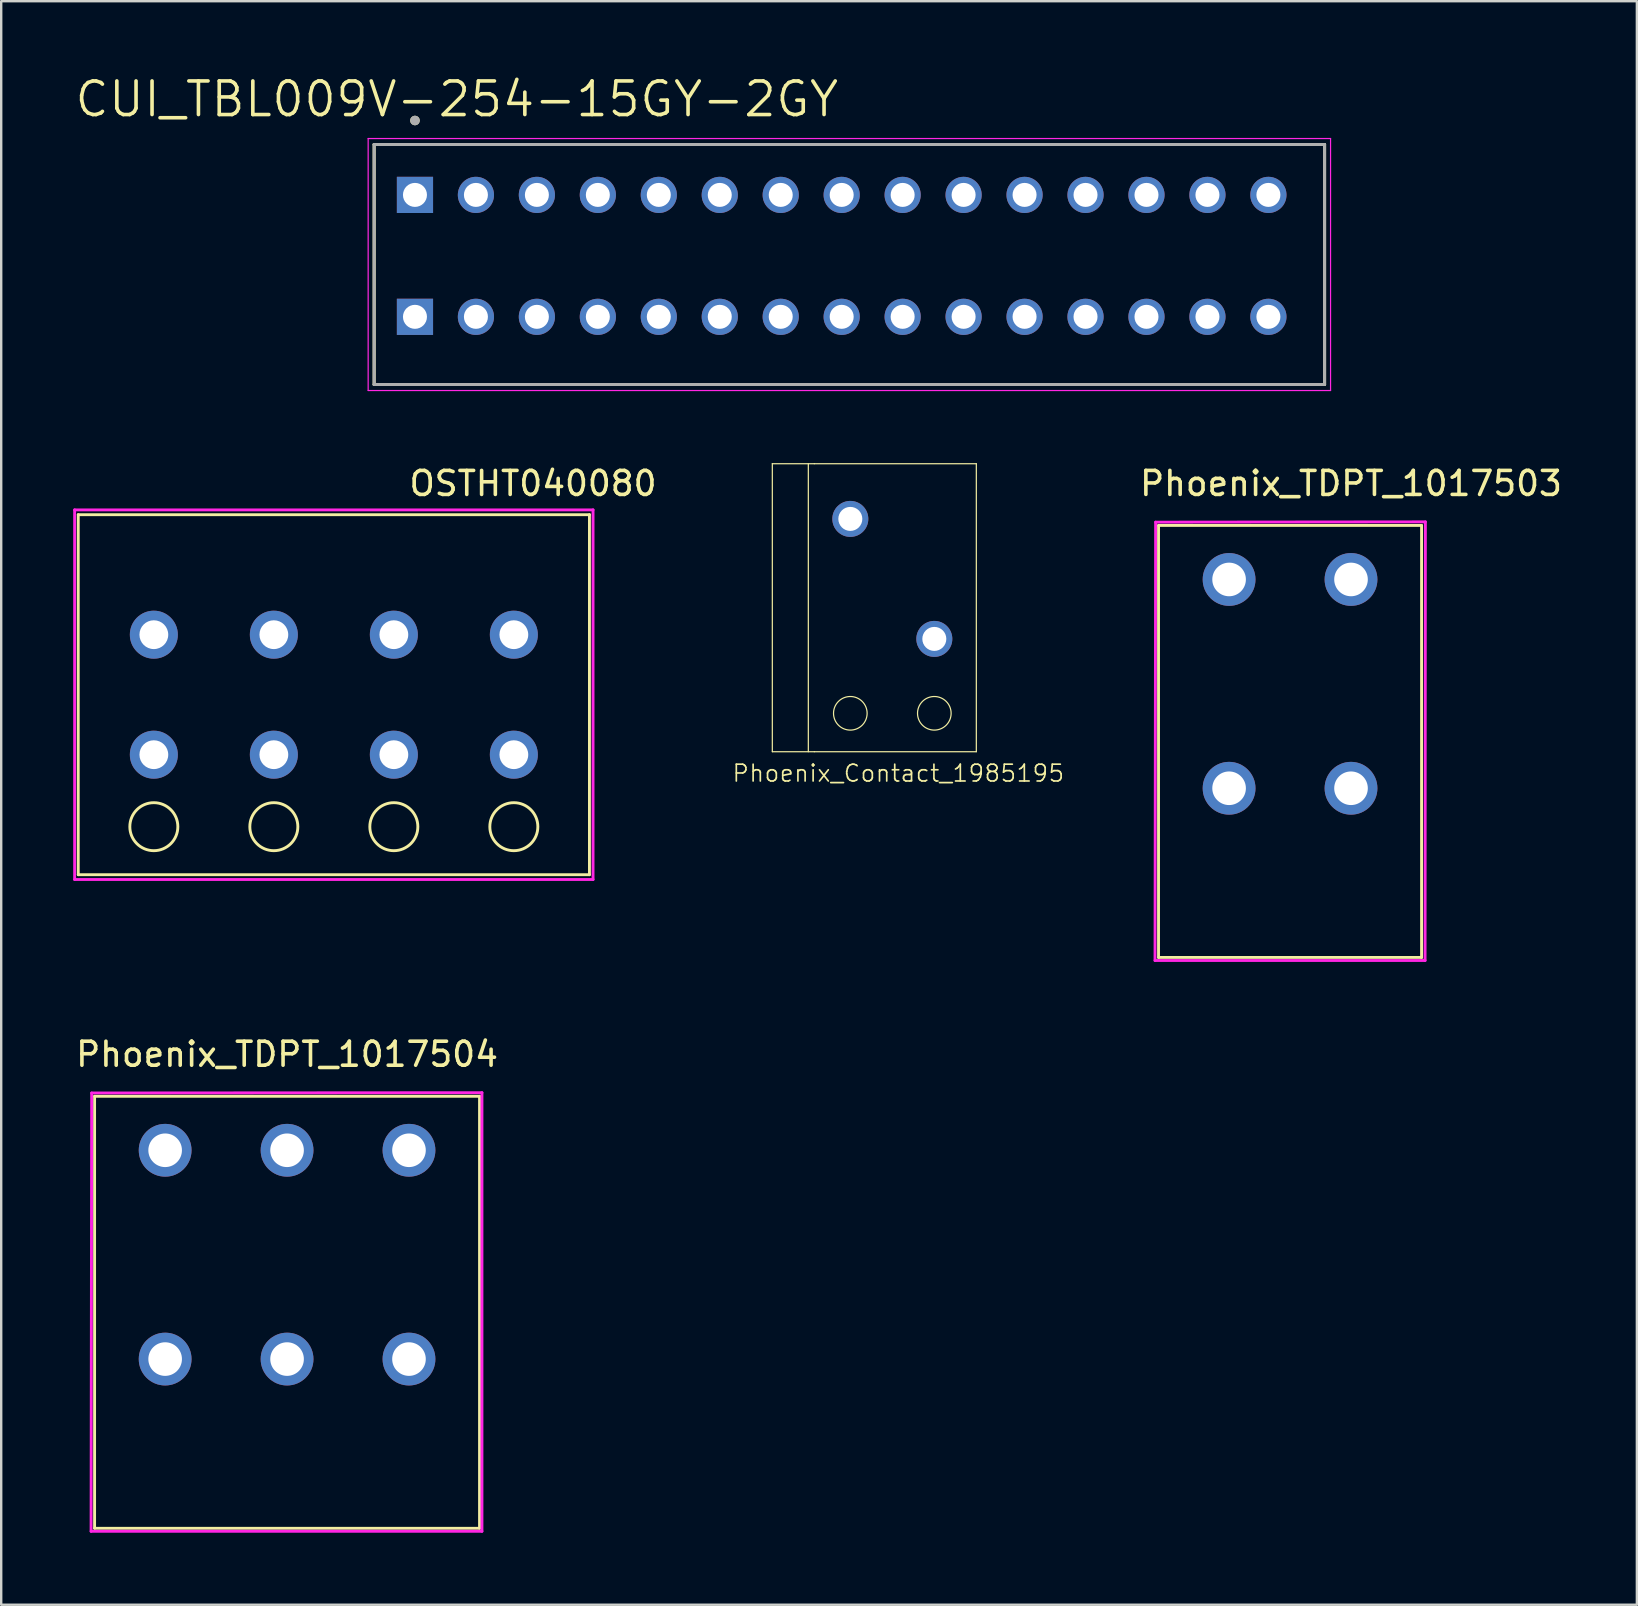
<source format=kicad_pcb>
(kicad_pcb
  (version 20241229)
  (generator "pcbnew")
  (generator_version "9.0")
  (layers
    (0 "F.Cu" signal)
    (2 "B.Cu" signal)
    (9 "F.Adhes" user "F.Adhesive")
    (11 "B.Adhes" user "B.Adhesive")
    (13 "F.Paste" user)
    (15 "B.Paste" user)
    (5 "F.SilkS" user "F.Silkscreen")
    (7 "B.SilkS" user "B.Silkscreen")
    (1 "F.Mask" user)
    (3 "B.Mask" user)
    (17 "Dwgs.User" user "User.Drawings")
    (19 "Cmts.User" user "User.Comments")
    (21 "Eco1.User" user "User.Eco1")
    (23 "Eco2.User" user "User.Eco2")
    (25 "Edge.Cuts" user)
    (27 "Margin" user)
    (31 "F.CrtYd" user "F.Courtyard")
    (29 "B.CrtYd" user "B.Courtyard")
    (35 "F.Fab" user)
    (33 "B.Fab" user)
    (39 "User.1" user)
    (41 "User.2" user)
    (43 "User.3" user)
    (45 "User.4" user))
  (footprint "Phoenix_TDPT_1017504"
    (layer "F.Cu")
    (at 3.831 53.578)
    (property "Reference" "Phoenix_TDPT_1017504" (at 5.08 -12.7 0) (layer "F.SilkS") (effects (font (size 1 1) (thickness 0.15))))
    (attr through_hole)
    (fp_line (start -2.94 -10.95) (end -2.94 7.05) (stroke (width 0.12) (type solid)) (layer "F.SilkS"))
    (fp_line (start -2.94 7.05) (end 13.1 7.05) (stroke (width 0.12) (type solid)) (layer "F.SilkS"))
    (fp_line (start 13.1 -10.95) (end -2.94 -10.95) (stroke (width 0.12) (type solid)) (layer "F.SilkS"))
    (fp_line (start 13.1 7.05) (end 13.1 -10.95) (stroke (width 0.12) (type solid)) (layer "F.SilkS"))
    (fp_line (start -3.086 7.176) (end -3.061 -11.087) (stroke (width 0.12) (type solid)) (layer "F.CrtYd"))
    (fp_line (start -3.061 -11.087) (end 13.2 -11.1) (stroke (width 0.12) (type solid)) (layer "F.CrtYd"))
    (fp_line (start 13.2 -11.1) (end 13.2 7.176) (stroke (width 0.12) (type solid)) (layer "F.CrtYd"))
    (fp_line (start 13.2 7.176) (end -3.086 7.176) (stroke (width 0.12) (type solid)) (layer "F.CrtYd"))
    (pad "1" thru_hole circle (at 0 -8.7) (size 2.2 2.2) (drill 1.4) (layers "*.Cu" "*.Mask"))
    (pad "1" thru_hole circle (at 0 0) (size 2.2 2.2) (drill 1.4) (layers "*.Cu" "*.Mask"))
    (pad "2" thru_hole circle (at 5.08 -8.7) (size 2.2 2.2) (drill 1.4) (layers "*.Cu" "*.Mask"))
    (pad "2" thru_hole circle (at 5.08 0) (size 2.2 2.2) (drill 1.4) (layers "*.Cu" "*.Mask"))
    (pad "3" thru_hole circle (at 10.16 -8.7) (size 2.2 2.2) (drill 1.4) (layers "*.Cu" "*.Mask"))
    (pad "3" thru_hole circle (at 10.16 0) (size 2.2 2.2) (drill 1.4) (layers "*.Cu" "*.Mask")))
  (footprint "Phoenix_TDPT_1017503"
    (layer "F.Cu")
    (at 48.162 29.794)
    (property "Reference" "Phoenix_TDPT_1017503" (at 5.08 -12.7 0) (layer "F.SilkS") (effects (font (size 1 1) (thickness 0.15))))
    (attr through_hole)
    (fp_line (start -2.94 -10.95) (end -2.94 7.05) (stroke (width 0.12) (type solid)) (layer "F.SilkS"))
    (fp_line (start -2.94 7.05) (end 8.02 7.05) (stroke (width 0.12) (type solid)) (layer "F.SilkS"))
    (fp_line (start 8.02 -10.95) (end -2.94 -10.95) (stroke (width 0.12) (type solid)) (layer "F.SilkS"))
    (fp_line (start 8.02 7.05) (end 8.02 -10.95) (stroke (width 0.12) (type solid)) (layer "F.SilkS"))
    (fp_line (start -3.086 7.176) (end -3.061 -11.087) (stroke (width 0.12) (type solid)) (layer "F.CrtYd"))
    (fp_line (start -3.061 -11.087) (end 8.179 -11.1) (stroke (width 0.12) (type solid)) (layer "F.CrtYd"))
    (fp_line (start 8.166 7.176) (end -3.086 7.176) (stroke (width 0.12) (type solid)) (layer "F.CrtYd"))
    (fp_line (start 8.179 -11.1) (end 8.166 7.176) (stroke (width 0.12) (type solid)) (layer "F.CrtYd"))
    (pad "1" thru_hole circle (at 0 -8.7) (size 2.2 2.2) (drill 1.4) (layers "*.Cu" "*.Mask"))
    (pad "1" thru_hole circle (at 0 0) (size 2.2 2.2) (drill 1.4) (layers "*.Cu" "*.Mask"))
    (pad "2" thru_hole circle (at 5.08 -8.7) (size 2.2 2.2) (drill 1.4) (layers "*.Cu" "*.Mask"))
    (pad "2" thru_hole circle (at 5.08 0) (size 2.2 2.2) (drill 1.4) (layers "*.Cu" "*.Mask")))
  (footprint "CUI_TBL009V-254-15GY-2GY"
    (layer "F.Cu")
    (at 14.24 5.071)
    (property "Reference" "CUI_TBL009V-254-15GY-2GY" (at 1.745 -3.989 0) (layer "F.SilkS") (effects (font (size 1.4 1.4) (thickness 0.15))))
    (attr through_hole)
    (fp_line (start -1.7 -2.1) (end 37.9 -2.1) (stroke (width 0.127) (type solid)) (layer "F.SilkS"))
    (fp_line (start -1.7 7.9) (end -1.7 -2.1) (stroke (width 0.127) (type solid)) (layer "F.SilkS"))
    (fp_line (start 37.9 -2.1) (end 37.9 7.9) (stroke (width 0.127) (type solid)) (layer "F.SilkS"))
    (fp_line (start 37.9 7.9) (end -1.7 7.9) (stroke (width 0.127) (type solid)) (layer "F.SilkS"))
    (fp_circle (center 0 -3.1) (end 0.1 -3.1) (stroke (width 0.2) (type solid)) (fill no) (layer "F.SilkS"))
    (fp_line (start -1.95 -2.35) (end 38.15 -2.35) (stroke (width 0.05) (type solid)) (layer "F.CrtYd"))
    (fp_line (start -1.95 8.15) (end -1.95 -2.35) (stroke (width 0.05) (type solid)) (layer "F.CrtYd"))
    (fp_line (start 38.15 -2.35) (end 38.15 8.15) (stroke (width 0.05) (type solid)) (layer "F.CrtYd"))
    (fp_line (start 38.15 8.15) (end -1.95 8.15) (stroke (width 0.05) (type solid)) (layer "F.CrtYd"))
    (fp_line (start -1.7 -2.1) (end 37.9 -2.1) (stroke (width 0.127) (type solid)) (layer "F.Fab"))
    (fp_line (start -1.7 7.9) (end -1.7 -2.1) (stroke (width 0.127) (type solid)) (layer "F.Fab"))
    (fp_line (start 37.9 -2.1) (end 37.9 7.9) (stroke (width 0.127) (type solid)) (layer "F.Fab"))
    (fp_line (start 37.9 7.9) (end -1.7 7.9) (stroke (width 0.127) (type solid)) (layer "F.Fab"))
    (fp_circle (center 0 -3.1) (end 0.1 -3.1) (stroke (width 0.2) (type solid)) (fill no) (layer "F.Fab"))
    (pad "1" thru_hole rect (at 0 0) (size 1.508 1.508) (drill 1) (layers "*.Cu" "*.Mask"))
    (pad "1" thru_hole rect (at 0 5.08) (size 1.508 1.508) (drill 1) (layers "*.Cu" "*.Mask"))
    (pad "2" thru_hole circle (at 2.54 0) (size 1.508 1.508) (drill 1) (layers "*.Cu" "*.Mask"))
    (pad "2" thru_hole circle (at 2.54 5.08) (size 1.508 1.508) (drill 1) (layers "*.Cu" "*.Mask"))
    (pad "3" thru_hole circle (at 5.08 0) (size 1.508 1.508) (drill 1) (layers "*.Cu" "*.Mask"))
    (pad "3" thru_hole circle (at 5.08 5.08) (size 1.508 1.508) (drill 1) (layers "*.Cu" "*.Mask"))
    (pad "4" thru_hole circle (at 7.62 0) (size 1.508 1.508) (drill 1) (layers "*.Cu" "*.Mask"))
    (pad "4" thru_hole circle (at 7.62 5.08) (size 1.508 1.508) (drill 1) (layers "*.Cu" "*.Mask"))
    (pad "5" thru_hole circle (at 10.16 0) (size 1.508 1.508) (drill 1) (layers "*.Cu" "*.Mask"))
    (pad "5" thru_hole circle (at 10.16 5.08) (size 1.508 1.508) (drill 1) (layers "*.Cu" "*.Mask"))
    (pad "6" thru_hole circle (at 12.7 0) (size 1.508 1.508) (drill 1) (layers "*.Cu" "*.Mask"))
    (pad "6" thru_hole circle (at 12.7 5.08) (size 1.508 1.508) (drill 1) (layers "*.Cu" "*.Mask"))
    (pad "7" thru_hole circle (at 15.24 0) (size 1.508 1.508) (drill 1) (layers "*.Cu" "*.Mask"))
    (pad "7" thru_hole circle (at 15.24 5.08) (size 1.508 1.508) (drill 1) (layers "*.Cu" "*.Mask"))
    (pad "8" thru_hole circle (at 17.78 0) (size 1.508 1.508) (drill 1) (layers "*.Cu" "*.Mask"))
    (pad "8" thru_hole circle (at 17.78 5.08) (size 1.508 1.508) (drill 1) (layers "*.Cu" "*.Mask"))
    (pad "9" thru_hole circle (at 20.32 0) (size 1.508 1.508) (drill 1) (layers "*.Cu" "*.Mask"))
    (pad "9" thru_hole circle (at 20.32 5.08) (size 1.508 1.508) (drill 1) (layers "*.Cu" "*.Mask"))
    (pad "10" thru_hole circle (at 22.86 0) (size 1.508 1.508) (drill 1) (layers "*.Cu" "*.Mask"))
    (pad "10" thru_hole circle (at 22.86 5.08) (size 1.508 1.508) (drill 1) (layers "*.Cu" "*.Mask"))
    (pad "11" thru_hole circle (at 25.4 0) (size 1.508 1.508) (drill 1) (layers "*.Cu" "*.Mask"))
    (pad "11" thru_hole circle (at 25.4 5.08) (size 1.508 1.508) (drill 1) (layers "*.Cu" "*.Mask"))
    (pad "12" thru_hole circle (at 27.94 0) (size 1.508 1.508) (drill 1) (layers "*.Cu" "*.Mask"))
    (pad "12" thru_hole circle (at 27.94 5.08) (size 1.508 1.508) (drill 1) (layers "*.Cu" "*.Mask"))
    (pad "13" thru_hole circle (at 30.48 0) (size 1.508 1.508) (drill 1) (layers "*.Cu" "*.Mask"))
    (pad "13" thru_hole circle (at 30.48 5.08) (size 1.508 1.508) (drill 1) (layers "*.Cu" "*.Mask"))
    (pad "14" thru_hole circle (at 33.02 0) (size 1.508 1.508) (drill 1) (layers "*.Cu" "*.Mask"))
    (pad "14" thru_hole circle (at 33.02 5.08) (size 1.508 1.508) (drill 1) (layers "*.Cu" "*.Mask"))
    (pad "15" thru_hole circle (at 35.56 0) (size 1.508 1.508) (drill 1) (layers "*.Cu" "*.Mask"))
    (pad "15" thru_hole circle (at 35.56 5.08) (size 1.508 1.508) (drill 1) (layers "*.Cu" "*.Mask")))
  (footprint "OSTHT040080"
    (layer "F.Cu")
    (at 10.86 25.895)
    (property "Reference" "OSTHT040080" (at 8.3 -8.8 0) (layer "F.SilkS") (effects (font (size 1 1) (thickness 0.15))))
    (attr through_hole)
    (fp_line (start -10.65 -7.5) (end 10.65 -7.5) (stroke (width 0.12) (type solid)) (layer "F.SilkS"))
    (fp_line (start -10.65 7.5) (end -10.65 -7.5) (stroke (width 0.12) (type solid)) (layer "F.SilkS"))
    (fp_line (start 10.65 -7.5) (end 10.65 7.5) (stroke (width 0.12) (type solid)) (layer "F.SilkS"))
    (fp_line (start 10.65 7.5) (end -10.65 7.5) (stroke (width 0.12) (type solid)) (layer "F.SilkS"))
    (fp_circle (center -7.5 5.5) (end -6.5 5.5) (stroke (width 0.12) (type solid)) (fill no) (layer "F.SilkS"))
    (fp_circle (center -2.5 5.5) (end -1.5 5.5) (stroke (width 0.12) (type solid)) (fill no) (layer "F.SilkS"))
    (fp_circle (center 2.5 5.5) (end 3.5 5.5) (stroke (width 0.12) (type solid)) (fill no) (layer "F.SilkS"))
    (fp_circle (center 7.5 5.5) (end 8.5 5.5) (stroke (width 0.12) (type solid)) (fill no) (layer "F.SilkS"))
    (fp_line (start -10.8 -7.7) (end 10.8 -7.7) (stroke (width 0.12) (type solid)) (layer "F.CrtYd"))
    (fp_line (start -10.8 7.7) (end -10.8 -7.7) (stroke (width 0.12) (type solid)) (layer "F.CrtYd"))
    (fp_line (start 10.8 -7.7) (end 10.8 7.7) (stroke (width 0.12) (type solid)) (layer "F.CrtYd"))
    (fp_line (start 10.8 7.7) (end -10.8 7.7) (stroke (width 0.12) (type solid)) (layer "F.CrtYd"))
    (pad "1" thru_hole circle (at -7.5 -2.5) (size 2 2) (drill 1.2) (layers "*.Cu" "*.Mask"))
    (pad "1" thru_hole circle (at -7.5 2.5) (size 2 2) (drill 1.2) (layers "*.Cu" "*.Mask"))
    (pad "2" thru_hole circle (at -2.5 -2.5) (size 2 2) (drill 1.2) (layers "*.Cu" "*.Mask"))
    (pad "2" thru_hole circle (at -2.5 2.5) (size 2 2) (drill 1.2) (layers "*.Cu" "*.Mask"))
    (pad "3" thru_hole circle (at 2.5 -2.5) (size 2 2) (drill 1.2) (layers "*.Cu" "*.Mask"))
    (pad "3" thru_hole circle (at 2.5 2.5) (size 2 2) (drill 1.2) (layers "*.Cu" "*.Mask"))
    (pad "4" thru_hole circle (at 7.5 -2.5) (size 2 2) (drill 1.2) (layers "*.Cu" "*.Mask"))
    (pad "4" thru_hole circle (at 7.5 2.5) (size 2 2) (drill 1.2) (layers "*.Cu" "*.Mask")))
  (footprint "Phoenix_Contact_1985195"
    (layer "F.Cu")
    (at 32.38 23.571)
    (property "Reference" "Phoenix_Contact_1985195" (at 2 5.6 0) (layer "F.SilkS") (effects (font (size 0.7 0.7) (thickness 0.07))))
    (attr through_hole)
    (fp_line (start -3.25 -7.3) (end -1.5 -7.3) (stroke (width 0.05) (type solid)) (layer "F.SilkS"))
    (fp_line (start -3.25 4.7) (end -3.25 -7.3) (stroke (width 0.05) (type solid)) (layer "F.SilkS"))
    (fp_line (start -1.75 -7.3) (end -1.75 4.7) (stroke (width 0.05) (type solid)) (layer "F.SilkS"))
    (fp_line (start -1.5 4.7) (end -3.25 4.7) (stroke (width 0.05) (type solid)) (layer "F.SilkS"))
    (fp_line (start 5.25 -7.3) (end -1.5 -7.3) (stroke (width 0.05) (type solid)) (layer "F.SilkS"))
    (fp_line (start 5.25 -7.3) (end 5.25 4.7) (stroke (width 0.05) (type solid)) (layer "F.SilkS"))
    (fp_line (start 5.25 4.7) (end -1.5 4.7) (stroke (width 0.05) (type solid)) (layer "F.SilkS"))
    (fp_circle (center 0 3.1) (end 0.7 3.1) (stroke (width 0.05) (type solid)) (fill no) (layer "F.SilkS"))
    (fp_circle (center 3.5 3.1) (end 4.2 3.1) (stroke (width 0.05) (type solid)) (fill no) (layer "F.SilkS"))
    (pad "1" thru_hole circle (at 3.5 0) (size 1.5 1.5) (drill 1) (layers "*.Cu" "*.Mask"))
    (pad "2" thru_hole circle (at 0 -5) (size 1.5 1.5) (drill 1) (layers "*.Cu" "*.Mask")))
  (gr_rect
    (start -3 -3)
    (end 65.153 63.814)
    (stroke (width 0.1) (type default))
    (fill no)
    (layer "Edge.Cuts")))
</source>
